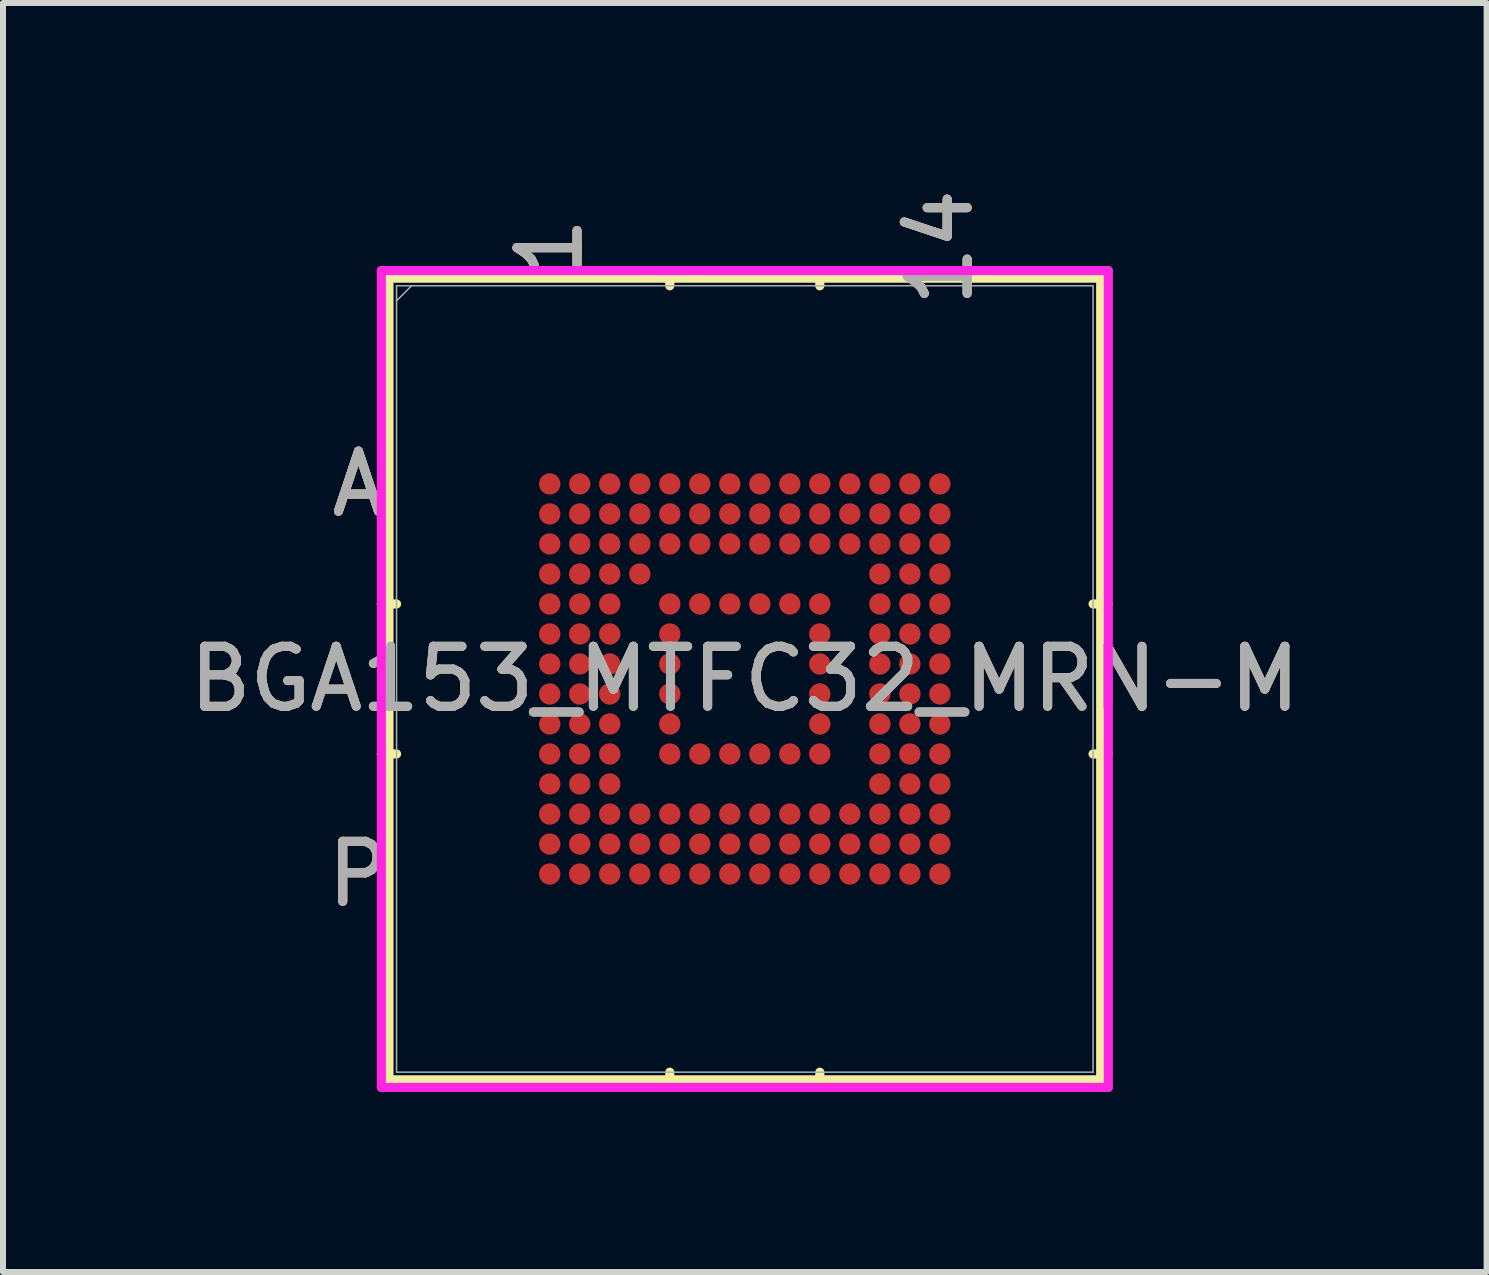
<source format=kicad_pcb>
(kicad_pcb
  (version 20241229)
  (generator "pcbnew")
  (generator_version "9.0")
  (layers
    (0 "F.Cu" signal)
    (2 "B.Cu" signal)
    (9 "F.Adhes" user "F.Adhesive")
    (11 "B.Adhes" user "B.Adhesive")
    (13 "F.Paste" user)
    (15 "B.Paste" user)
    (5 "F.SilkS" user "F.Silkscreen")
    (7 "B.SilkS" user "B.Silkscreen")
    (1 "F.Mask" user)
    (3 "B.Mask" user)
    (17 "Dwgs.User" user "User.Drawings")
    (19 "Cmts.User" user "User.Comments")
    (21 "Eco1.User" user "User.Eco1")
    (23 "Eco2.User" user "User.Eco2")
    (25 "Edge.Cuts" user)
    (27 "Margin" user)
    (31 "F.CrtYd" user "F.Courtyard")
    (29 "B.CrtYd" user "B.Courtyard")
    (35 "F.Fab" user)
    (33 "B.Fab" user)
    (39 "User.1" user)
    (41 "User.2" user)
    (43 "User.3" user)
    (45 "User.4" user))
  (footprint "BGA153_MTFC32_MRN-M"
    (layer "F.Cu")
    (at 9.363 8.266)
    (property "Reference" "BGA153_MTFC32_MRN-M" (at 0 0 0) (unlocked yes) (layer "F.SilkS") (effects (font (size 1 1) (thickness 0.15))))
    (attr smd)
    (fp_line (start -5.931 -6.68) (end -5.931 6.68) (stroke (width 0.152) (type solid)) (layer "F.SilkS"))
    (fp_line (start -5.931 6.68) (end 5.931 6.68) (stroke (width 0.152) (type solid)) (layer "F.SilkS"))
    (fp_line (start -5.804 -1.25) (end -6.058 -1.25) (stroke (width 0.152) (type solid)) (layer "F.SilkS"))
    (fp_line (start -5.804 1.25) (end -6.058 1.25) (stroke (width 0.152) (type solid)) (layer "F.SilkS"))
    (fp_line (start -1.25 -6.553) (end -1.25 -6.807) (stroke (width 0.152) (type solid)) (layer "F.SilkS"))
    (fp_line (start -1.25 6.553) (end -1.25 6.807) (stroke (width 0.152) (type solid)) (layer "F.SilkS"))
    (fp_line (start 1.25 -6.553) (end 1.25 -6.807) (stroke (width 0.152) (type solid)) (layer "F.SilkS"))
    (fp_line (start 1.25 6.553) (end 1.25 6.807) (stroke (width 0.152) (type solid)) (layer "F.SilkS"))
    (fp_line (start 5.804 -1.25) (end 6.058 -1.25) (stroke (width 0.152) (type solid)) (layer "F.SilkS"))
    (fp_line (start 5.804 1.25) (end 6.058 1.25) (stroke (width 0.152) (type solid)) (layer "F.SilkS"))
    (fp_line (start 5.931 -6.68) (end -5.931 -6.68) (stroke (width 0.152) (type solid)) (layer "F.SilkS"))
    (fp_line (start 5.931 6.68) (end 5.931 -6.68) (stroke (width 0.152) (type solid)) (layer "F.SilkS"))
    (fp_poly (pts (xy -3.945 -3.945) (xy 3.945 -3.945) (xy 3.945 3.945) (xy -3.945 3.945)) (stroke (width 0.1) (type solid)) (fill no) (layer "Eco2.User"))
    (fp_line (start -6.058 -6.807) (end 6.058 -6.807) (stroke (width 0.152) (type solid)) (layer "F.CrtYd"))
    (fp_line (start -6.058 6.807) (end -6.058 -6.807) (stroke (width 0.152) (type solid)) (layer "F.CrtYd"))
    (fp_line (start 6.058 -6.807) (end 6.058 6.807) (stroke (width 0.152) (type solid)) (layer "F.CrtYd"))
    (fp_line (start 6.058 6.807) (end -6.058 6.807) (stroke (width 0.152) (type solid)) (layer "F.CrtYd"))
    (fp_line (start -5.804 -6.553) (end -5.804 6.553) (stroke (width 0.025) (type solid)) (layer "F.Fab"))
    (fp_line (start -5.804 6.553) (end 5.804 6.553) (stroke (width 0.025) (type solid)) (layer "F.Fab"))
    (fp_line (start -5.554 -6.553) (end -5.804 -6.303) (stroke (width 0.025) (type solid)) (layer "F.Fab"))
    (fp_line (start 5.804 -6.553) (end -5.804 -6.553) (stroke (width 0.025) (type solid)) (layer "F.Fab"))
    (fp_line (start 5.804 6.553) (end 5.804 -6.553) (stroke (width 0.025) (type solid)) (layer "F.Fab"))
    (fp_text user "A" (at -6.439 -3.251 0) (unlocked yes) (layer "F.SilkS") (effects (font (size 1 1) (thickness 0.15))))
    (fp_text user "1" (at -3.251 -7.188 90) (unlocked yes) (layer "F.SilkS") (effects (font (size 1 1) (thickness 0.15))))
    (fp_text user "14" (at 3.251 -7.188 90) (unlocked yes) (layer "F.SilkS") (effects (font (size 1 1) (thickness 0.15))))
    (fp_text user "P" (at -6.439 3.251 0) (unlocked yes) (layer "F.SilkS") (effects (font (size 1 1) (thickness 0.15))))
    (fp_text user "A" (at -6.439 -3.251 0) (unlocked yes) (layer "B.SilkS") (effects (font (size 1 1) (thickness 0.15))))
    (fp_text user "14" (at 3.251 -7.188 90) (unlocked yes) (layer "B.SilkS") (effects (font (size 1 1) (thickness 0.15))))
    (fp_text user "P" (at -6.439 3.251 0) (unlocked yes) (layer "B.SilkS") (effects (font (size 1 1) (thickness 0.15))))
    (fp_text user "1" (at -3.251 -7.188 90) (unlocked yes) (layer "B.SilkS") (effects (font (size 1 1) (thickness 0.15))))
    (fp_text user "${REFERENCE}" (at 0 0 0) (unlocked yes) (layer "F.Fab") (effects (font (size 1 1) (thickness 0.15))))
    (fp_text user "14" (at 3.251 -7.188 90) (unlocked yes) (layer "F.Fab") (effects (font (size 1 1) (thickness 0.15))))
    (fp_text user "A" (at -6.439 -3.251 0) (unlocked yes) (layer "F.Fab") (effects (font (size 1 1) (thickness 0.15))))
    (fp_text user "1" (at -3.251 -7.188 90) (unlocked yes) (layer "F.Fab") (effects (font (size 1 1) (thickness 0.15))))
    (fp_text user "P" (at -6.439 3.251 0) (unlocked yes) (layer "F.Fab") (effects (font (size 1 1) (thickness 0.15))))
    (pad "A1" smd circle (at -3.251 -3.251) (size 0.356 0.356) (layers "F.Cu" "F.Mask" "F.Paste"))
    (pad "A2" smd circle (at -2.751 -3.251) (size 0.356 0.356) (layers "F.Cu" "F.Mask" "F.Paste"))
    (pad "A3" smd circle (at -2.251 -3.251) (size 0.356 0.356) (layers "F.Cu" "F.Mask" "F.Paste"))
    (pad "A4" smd circle (at -1.75 -3.251) (size 0.356 0.356) (layers "F.Cu" "F.Mask" "F.Paste"))
    (pad "A5" smd circle (at -1.25 -3.251) (size 0.356 0.356) (layers "F.Cu" "F.Mask" "F.Paste"))
    (pad "A6" smd circle (at -0.75 -3.251) (size 0.356 0.356) (layers "F.Cu" "F.Mask" "F.Paste"))
    (pad "A7" smd circle (at -0.25 -3.251) (size 0.356 0.356) (layers "F.Cu" "F.Mask" "F.Paste"))
    (pad "A8" smd circle (at 0.25 -3.251) (size 0.356 0.356) (layers "F.Cu" "F.Mask" "F.Paste"))
    (pad "A9" smd circle (at 0.75 -3.251) (size 0.356 0.356) (layers "F.Cu" "F.Mask" "F.Paste"))
    (pad "A10" smd circle (at 1.25 -3.251) (size 0.356 0.356) (layers "F.Cu" "F.Mask" "F.Paste"))
    (pad "A11" smd circle (at 1.75 -3.251) (size 0.356 0.356) (layers "F.Cu" "F.Mask" "F.Paste"))
    (pad "A12" smd circle (at 2.251 -3.251) (size 0.356 0.356) (layers "F.Cu" "F.Mask" "F.Paste"))
    (pad "A13" smd circle (at 2.751 -3.251) (size 0.356 0.356) (layers "F.Cu" "F.Mask" "F.Paste"))
    (pad "A14" smd circle (at 3.251 -3.251) (size 0.356 0.356) (layers "F.Cu" "F.Mask" "F.Paste"))
    (pad "B1" smd circle (at -3.251 -2.751) (size 0.356 0.356) (layers "F.Cu" "F.Mask" "F.Paste"))
    (pad "B2" smd circle (at -2.751 -2.751) (size 0.356 0.356) (layers "F.Cu" "F.Mask" "F.Paste"))
    (pad "B3" smd circle (at -2.251 -2.751) (size 0.356 0.356) (layers "F.Cu" "F.Mask" "F.Paste"))
    (pad "B4" smd circle (at -1.75 -2.751) (size 0.356 0.356) (layers "F.Cu" "F.Mask" "F.Paste"))
    (pad "B5" smd circle (at -1.25 -2.751) (size 0.356 0.356) (layers "F.Cu" "F.Mask" "F.Paste"))
    (pad "B6" smd circle (at -0.75 -2.751) (size 0.356 0.356) (layers "F.Cu" "F.Mask" "F.Paste"))
    (pad "B7" smd circle (at -0.25 -2.751) (size 0.356 0.356) (layers "F.Cu" "F.Mask" "F.Paste"))
    (pad "B8" smd circle (at 0.25 -2.751) (size 0.356 0.356) (layers "F.Cu" "F.Mask" "F.Paste"))
    (pad "B9" smd circle (at 0.75 -2.751) (size 0.356 0.356) (layers "F.Cu" "F.Mask" "F.Paste"))
    (pad "B10" smd circle (at 1.25 -2.751) (size 0.356 0.356) (layers "F.Cu" "F.Mask" "F.Paste"))
    (pad "B11" smd circle (at 1.75 -2.751) (size 0.356 0.356) (layers "F.Cu" "F.Mask" "F.Paste"))
    (pad "B12" smd circle (at 2.251 -2.751) (size 0.356 0.356) (layers "F.Cu" "F.Mask" "F.Paste"))
    (pad "B13" smd circle (at 2.751 -2.751) (size 0.356 0.356) (layers "F.Cu" "F.Mask" "F.Paste"))
    (pad "B14" smd circle (at 3.251 -2.751) (size 0.356 0.356) (layers "F.Cu" "F.Mask" "F.Paste"))
    (pad "C1" smd circle (at -3.251 -2.251) (size 0.356 0.356) (layers "F.Cu" "F.Mask" "F.Paste"))
    (pad "C2" smd circle (at -2.751 -2.251) (size 0.356 0.356) (layers "F.Cu" "F.Mask" "F.Paste"))
    (pad "C3" smd circle (at -2.251 -2.251) (size 0.356 0.356) (layers "F.Cu" "F.Mask" "F.Paste"))
    (pad "C4" smd circle (at -1.75 -2.251) (size 0.356 0.356) (layers "F.Cu" "F.Mask" "F.Paste"))
    (pad "C5" smd circle (at -1.25 -2.251) (size 0.356 0.356) (layers "F.Cu" "F.Mask" "F.Paste"))
    (pad "C6" smd circle (at -0.75 -2.251) (size 0.356 0.356) (layers "F.Cu" "F.Mask" "F.Paste"))
    (pad "C7" smd circle (at -0.25 -2.251) (size 0.356 0.356) (layers "F.Cu" "F.Mask" "F.Paste"))
    (pad "C8" smd circle (at 0.25 -2.251) (size 0.356 0.356) (layers "F.Cu" "F.Mask" "F.Paste"))
    (pad "C9" smd circle (at 0.75 -2.251) (size 0.356 0.356) (layers "F.Cu" "F.Mask" "F.Paste"))
    (pad "C10" smd circle (at 1.25 -2.251) (size 0.356 0.356) (layers "F.Cu" "F.Mask" "F.Paste"))
    (pad "C11" smd circle (at 1.75 -2.251) (size 0.356 0.356) (layers "F.Cu" "F.Mask" "F.Paste"))
    (pad "C12" smd circle (at 2.251 -2.251) (size 0.356 0.356) (layers "F.Cu" "F.Mask" "F.Paste"))
    (pad "C13" smd circle (at 2.751 -2.251) (size 0.356 0.356) (layers "F.Cu" "F.Mask" "F.Paste"))
    (pad "C14" smd circle (at 3.251 -2.251) (size 0.356 0.356) (layers "F.Cu" "F.Mask" "F.Paste"))
    (pad "D1" smd circle (at -3.251 -1.75) (size 0.356 0.356) (layers "F.Cu" "F.Mask" "F.Paste"))
    (pad "D2" smd circle (at -2.751 -1.75) (size 0.356 0.356) (layers "F.Cu" "F.Mask" "F.Paste"))
    (pad "D3" smd circle (at -2.251 -1.75) (size 0.356 0.356) (layers "F.Cu" "F.Mask" "F.Paste"))
    (pad "D4" smd circle (at -1.75 -1.75) (size 0.356 0.356) (layers "F.Cu" "F.Mask" "F.Paste"))
    (pad "D12" smd circle (at 2.251 -1.75) (size 0.356 0.356) (layers "F.Cu" "F.Mask" "F.Paste"))
    (pad "D13" smd circle (at 2.751 -1.75) (size 0.356 0.356) (layers "F.Cu" "F.Mask" "F.Paste"))
    (pad "D14" smd circle (at 3.251 -1.75) (size 0.356 0.356) (layers "F.Cu" "F.Mask" "F.Paste"))
    (pad "E1" smd circle (at -3.251 -1.25) (size 0.356 0.356) (layers "F.Cu" "F.Mask" "F.Paste"))
    (pad "E2" smd circle (at -2.751 -1.25) (size 0.356 0.356) (layers "F.Cu" "F.Mask" "F.Paste"))
    (pad "E3" smd circle (at -2.251 -1.25) (size 0.356 0.356) (layers "F.Cu" "F.Mask" "F.Paste"))
    (pad "E5" smd circle (at -1.25 -1.25) (size 0.356 0.356) (layers "F.Cu" "F.Mask" "F.Paste"))
    (pad "E6" smd circle (at -0.75 -1.25) (size 0.356 0.356) (layers "F.Cu" "F.Mask" "F.Paste"))
    (pad "E7" smd circle (at -0.25 -1.25) (size 0.356 0.356) (layers "F.Cu" "F.Mask" "F.Paste"))
    (pad "E8" smd circle (at 0.25 -1.25) (size 0.356 0.356) (layers "F.Cu" "F.Mask" "F.Paste"))
    (pad "E9" smd circle (at 0.75 -1.25) (size 0.356 0.356) (layers "F.Cu" "F.Mask" "F.Paste"))
    (pad "E10" smd circle (at 1.25 -1.25) (size 0.356 0.356) (layers "F.Cu" "F.Mask" "F.Paste"))
    (pad "E12" smd circle (at 2.251 -1.25) (size 0.356 0.356) (layers "F.Cu" "F.Mask" "F.Paste"))
    (pad "E13" smd circle (at 2.751 -1.25) (size 0.356 0.356) (layers "F.Cu" "F.Mask" "F.Paste"))
    (pad "E14" smd circle (at 3.251 -1.25) (size 0.356 0.356) (layers "F.Cu" "F.Mask" "F.Paste"))
    (pad "F1" smd circle (at -3.251 -0.75) (size 0.356 0.356) (layers "F.Cu" "F.Mask" "F.Paste"))
    (pad "F2" smd circle (at -2.751 -0.75) (size 0.356 0.356) (layers "F.Cu" "F.Mask" "F.Paste"))
    (pad "F3" smd circle (at -2.251 -0.75) (size 0.356 0.356) (layers "F.Cu" "F.Mask" "F.Paste"))
    (pad "F5" smd circle (at -1.25 -0.75) (size 0.356 0.356) (layers "F.Cu" "F.Mask" "F.Paste"))
    (pad "F10" smd circle (at 1.25 -0.75) (size 0.356 0.356) (layers "F.Cu" "F.Mask" "F.Paste"))
    (pad "F12" smd circle (at 2.251 -0.75) (size 0.356 0.356) (layers "F.Cu" "F.Mask" "F.Paste"))
    (pad "F13" smd circle (at 2.751 -0.75) (size 0.356 0.356) (layers "F.Cu" "F.Mask" "F.Paste"))
    (pad "F14" smd circle (at 3.251 -0.75) (size 0.356 0.356) (layers "F.Cu" "F.Mask" "F.Paste"))
    (pad "G1" smd circle (at -3.251 -0.25) (size 0.356 0.356) (layers "F.Cu" "F.Mask" "F.Paste"))
    (pad "G2" smd circle (at -2.751 -0.25) (size 0.356 0.356) (layers "F.Cu" "F.Mask" "F.Paste"))
    (pad "G3" smd circle (at -2.251 -0.25) (size 0.356 0.356) (layers "F.Cu" "F.Mask" "F.Paste"))
    (pad "G5" smd circle (at -1.25 -0.25) (size 0.356 0.356) (layers "F.Cu" "F.Mask" "F.Paste"))
    (pad "G10" smd circle (at 1.25 -0.25) (size 0.356 0.356) (layers "F.Cu" "F.Mask" "F.Paste"))
    (pad "G12" smd circle (at 2.251 -0.25) (size 0.356 0.356) (layers "F.Cu" "F.Mask" "F.Paste"))
    (pad "G13" smd circle (at 2.751 -0.25) (size 0.356 0.356) (layers "F.Cu" "F.Mask" "F.Paste"))
    (pad "G14" smd circle (at 3.251 -0.25) (size 0.356 0.356) (layers "F.Cu" "F.Mask" "F.Paste"))
    (pad "H1" smd circle (at -3.251 0.25) (size 0.356 0.356) (layers "F.Cu" "F.Mask" "F.Paste"))
    (pad "H2" smd circle (at -2.751 0.25) (size 0.356 0.356) (layers "F.Cu" "F.Mask" "F.Paste"))
    (pad "H3" smd circle (at -2.251 0.25) (size 0.356 0.356) (layers "F.Cu" "F.Mask" "F.Paste"))
    (pad "H5" smd circle (at -1.25 0.25) (size 0.356 0.356) (layers "F.Cu" "F.Mask" "F.Paste"))
    (pad "H10" smd circle (at 1.25 0.25) (size 0.356 0.356) (layers "F.Cu" "F.Mask" "F.Paste"))
    (pad "H12" smd circle (at 2.251 0.25) (size 0.356 0.356) (layers "F.Cu" "F.Mask" "F.Paste"))
    (pad "H13" smd circle (at 2.751 0.25) (size 0.356 0.356) (layers "F.Cu" "F.Mask" "F.Paste"))
    (pad "H14" smd circle (at 3.251 0.25) (size 0.356 0.356) (layers "F.Cu" "F.Mask" "F.Paste"))
    (pad "J1" smd circle (at -3.251 0.75) (size 0.356 0.356) (layers "F.Cu" "F.Mask" "F.Paste"))
    (pad "J2" smd circle (at -2.751 0.75) (size 0.356 0.356) (layers "F.Cu" "F.Mask" "F.Paste"))
    (pad "J3" smd circle (at -2.251 0.75) (size 0.356 0.356) (layers "F.Cu" "F.Mask" "F.Paste"))
    (pad "J5" smd circle (at -1.25 0.75) (size 0.356 0.356) (layers "F.Cu" "F.Mask" "F.Paste"))
    (pad "J10" smd circle (at 1.25 0.75) (size 0.356 0.356) (layers "F.Cu" "F.Mask" "F.Paste"))
    (pad "J12" smd circle (at 2.251 0.75) (size 0.356 0.356) (layers "F.Cu" "F.Mask" "F.Paste"))
    (pad "J13" smd circle (at 2.751 0.75) (size 0.356 0.356) (layers "F.Cu" "F.Mask" "F.Paste"))
    (pad "J14" smd circle (at 3.251 0.75) (size 0.356 0.356) (layers "F.Cu" "F.Mask" "F.Paste"))
    (pad "K1" smd circle (at -3.251 1.25) (size 0.356 0.356) (layers "F.Cu" "F.Mask" "F.Paste"))
    (pad "K2" smd circle (at -2.751 1.25) (size 0.356 0.356) (layers "F.Cu" "F.Mask" "F.Paste"))
    (pad "K3" smd circle (at -2.251 1.25) (size 0.356 0.356) (layers "F.Cu" "F.Mask" "F.Paste"))
    (pad "K5" smd circle (at -1.25 1.25) (size 0.356 0.356) (layers "F.Cu" "F.Mask" "F.Paste"))
    (pad "K6" smd circle (at -0.75 1.25) (size 0.356 0.356) (layers "F.Cu" "F.Mask" "F.Paste"))
    (pad "K7" smd circle (at -0.25 1.25) (size 0.356 0.356) (layers "F.Cu" "F.Mask" "F.Paste"))
    (pad "K8" smd circle (at 0.25 1.25) (size 0.356 0.356) (layers "F.Cu" "F.Mask" "F.Paste"))
    (pad "K9" smd circle (at 0.75 1.25) (size 0.356 0.356) (layers "F.Cu" "F.Mask" "F.Paste"))
    (pad "K10" smd circle (at 1.25 1.25) (size 0.356 0.356) (layers "F.Cu" "F.Mask" "F.Paste"))
    (pad "K12" smd circle (at 2.251 1.25) (size 0.356 0.356) (layers "F.Cu" "F.Mask" "F.Paste"))
    (pad "K13" smd circle (at 2.751 1.25) (size 0.356 0.356) (layers "F.Cu" "F.Mask" "F.Paste"))
    (pad "K14" smd circle (at 3.251 1.25) (size 0.356 0.356) (layers "F.Cu" "F.Mask" "F.Paste"))
    (pad "L1" smd circle (at -3.251 1.75) (size 0.356 0.356) (layers "F.Cu" "F.Mask" "F.Paste"))
    (pad "L2" smd circle (at -2.751 1.75) (size 0.356 0.356) (layers "F.Cu" "F.Mask" "F.Paste"))
    (pad "L3" smd circle (at -2.251 1.75) (size 0.356 0.356) (layers "F.Cu" "F.Mask" "F.Paste"))
    (pad "L12" smd circle (at 2.251 1.75) (size 0.356 0.356) (layers "F.Cu" "F.Mask" "F.Paste"))
    (pad "L13" smd circle (at 2.751 1.75) (size 0.356 0.356) (layers "F.Cu" "F.Mask" "F.Paste"))
    (pad "L14" smd circle (at 3.251 1.75) (size 0.356 0.356) (layers "F.Cu" "F.Mask" "F.Paste"))
    (pad "M1" smd circle (at -3.251 2.251) (size 0.356 0.356) (layers "F.Cu" "F.Mask" "F.Paste"))
    (pad "M2" smd circle (at -2.751 2.251) (size 0.356 0.356) (layers "F.Cu" "F.Mask" "F.Paste"))
    (pad "M3" smd circle (at -2.251 2.251) (size 0.356 0.356) (layers "F.Cu" "F.Mask" "F.Paste"))
    (pad "M4" smd circle (at -1.75 2.251) (size 0.356 0.356) (layers "F.Cu" "F.Mask" "F.Paste"))
    (pad "M5" smd circle (at -1.25 2.251) (size 0.356 0.356) (layers "F.Cu" "F.Mask" "F.Paste"))
    (pad "M6" smd circle (at -0.75 2.251) (size 0.356 0.356) (layers "F.Cu" "F.Mask" "F.Paste"))
    (pad "M7" smd circle (at -0.25 2.251) (size 0.356 0.356) (layers "F.Cu" "F.Mask" "F.Paste"))
    (pad "M8" smd circle (at 0.25 2.251) (size 0.356 0.356) (layers "F.Cu" "F.Mask" "F.Paste"))
    (pad "M9" smd circle (at 0.75 2.251) (size 0.356 0.356) (layers "F.Cu" "F.Mask" "F.Paste"))
    (pad "M10" smd circle (at 1.25 2.251) (size 0.356 0.356) (layers "F.Cu" "F.Mask" "F.Paste"))
    (pad "M11" smd circle (at 1.75 2.251) (size 0.356 0.356) (layers "F.Cu" "F.Mask" "F.Paste"))
    (pad "M12" smd circle (at 2.251 2.251) (size 0.356 0.356) (layers "F.Cu" "F.Mask" "F.Paste"))
    (pad "M13" smd circle (at 2.751 2.251) (size 0.356 0.356) (layers "F.Cu" "F.Mask" "F.Paste"))
    (pad "M14" smd circle (at 3.251 2.251) (size 0.356 0.356) (layers "F.Cu" "F.Mask" "F.Paste"))
    (pad "N1" smd circle (at -3.251 2.751) (size 0.356 0.356) (layers "F.Cu" "F.Mask" "F.Paste"))
    (pad "N2" smd circle (at -2.751 2.751) (size 0.356 0.356) (layers "F.Cu" "F.Mask" "F.Paste"))
    (pad "N3" smd circle (at -2.251 2.751) (size 0.356 0.356) (layers "F.Cu" "F.Mask" "F.Paste"))
    (pad "N4" smd circle (at -1.75 2.751) (size 0.356 0.356) (layers "F.Cu" "F.Mask" "F.Paste"))
    (pad "N5" smd circle (at -1.25 2.751) (size 0.356 0.356) (layers "F.Cu" "F.Mask" "F.Paste"))
    (pad "N6" smd circle (at -0.75 2.751) (size 0.356 0.356) (layers "F.Cu" "F.Mask" "F.Paste"))
    (pad "N7" smd circle (at -0.25 2.751) (size 0.356 0.356) (layers "F.Cu" "F.Mask" "F.Paste"))
    (pad "N8" smd circle (at 0.25 2.751) (size 0.356 0.356) (layers "F.Cu" "F.Mask" "F.Paste"))
    (pad "N9" smd circle (at 0.75 2.751) (size 0.356 0.356) (layers "F.Cu" "F.Mask" "F.Paste"))
    (pad "N10" smd circle (at 1.25 2.751) (size 0.356 0.356) (layers "F.Cu" "F.Mask" "F.Paste"))
    (pad "N11" smd circle (at 1.75 2.751) (size 0.356 0.356) (layers "F.Cu" "F.Mask" "F.Paste"))
    (pad "N12" smd circle (at 2.251 2.751) (size 0.356 0.356) (layers "F.Cu" "F.Mask" "F.Paste"))
    (pad "N13" smd circle (at 2.751 2.751) (size 0.356 0.356) (layers "F.Cu" "F.Mask" "F.Paste"))
    (pad "N14" smd circle (at 3.251 2.751) (size 0.356 0.356) (layers "F.Cu" "F.Mask" "F.Paste"))
    (pad "P1" smd circle (at -3.251 3.251) (size 0.356 0.356) (layers "F.Cu" "F.Mask" "F.Paste"))
    (pad "P2" smd circle (at -2.751 3.251) (size 0.356 0.356) (layers "F.Cu" "F.Mask" "F.Paste"))
    (pad "P3" smd circle (at -2.251 3.251) (size 0.356 0.356) (layers "F.Cu" "F.Mask" "F.Paste"))
    (pad "P4" smd circle (at -1.75 3.251) (size 0.356 0.356) (layers "F.Cu" "F.Mask" "F.Paste"))
    (pad "P5" smd circle (at -1.25 3.251) (size 0.356 0.356) (layers "F.Cu" "F.Mask" "F.Paste"))
    (pad "P6" smd circle (at -0.75 3.251) (size 0.356 0.356) (layers "F.Cu" "F.Mask" "F.Paste"))
    (pad "P7" smd circle (at -0.25 3.251) (size 0.356 0.356) (layers "F.Cu" "F.Mask" "F.Paste"))
    (pad "P8" smd circle (at 0.25 3.251) (size 0.356 0.356) (layers "F.Cu" "F.Mask" "F.Paste"))
    (pad "P9" smd circle (at 0.75 3.251) (size 0.356 0.356) (layers "F.Cu" "F.Mask" "F.Paste"))
    (pad "P10" smd circle (at 1.25 3.251) (size 0.356 0.356) (layers "F.Cu" "F.Mask" "F.Paste"))
    (pad "P11" smd circle (at 1.75 3.251) (size 0.356 0.356) (layers "F.Cu" "F.Mask" "F.Paste"))
    (pad "P12" smd circle (at 2.251 3.251) (size 0.356 0.356) (layers "F.Cu" "F.Mask" "F.Paste"))
    (pad "P13" smd circle (at 2.751 3.251) (size 0.356 0.356) (layers "F.Cu" "F.Mask" "F.Paste"))
    (pad "P14" smd circle (at 3.251 3.251) (size 0.356 0.356) (layers "F.Cu" "F.Mask" "F.Paste")))
  (gr_rect
    (start -3 -3)
    (end 21.726 18.149)
    (stroke (width 0.1) (type default))
    (fill no)
    (layer "Edge.Cuts")))
</source>
